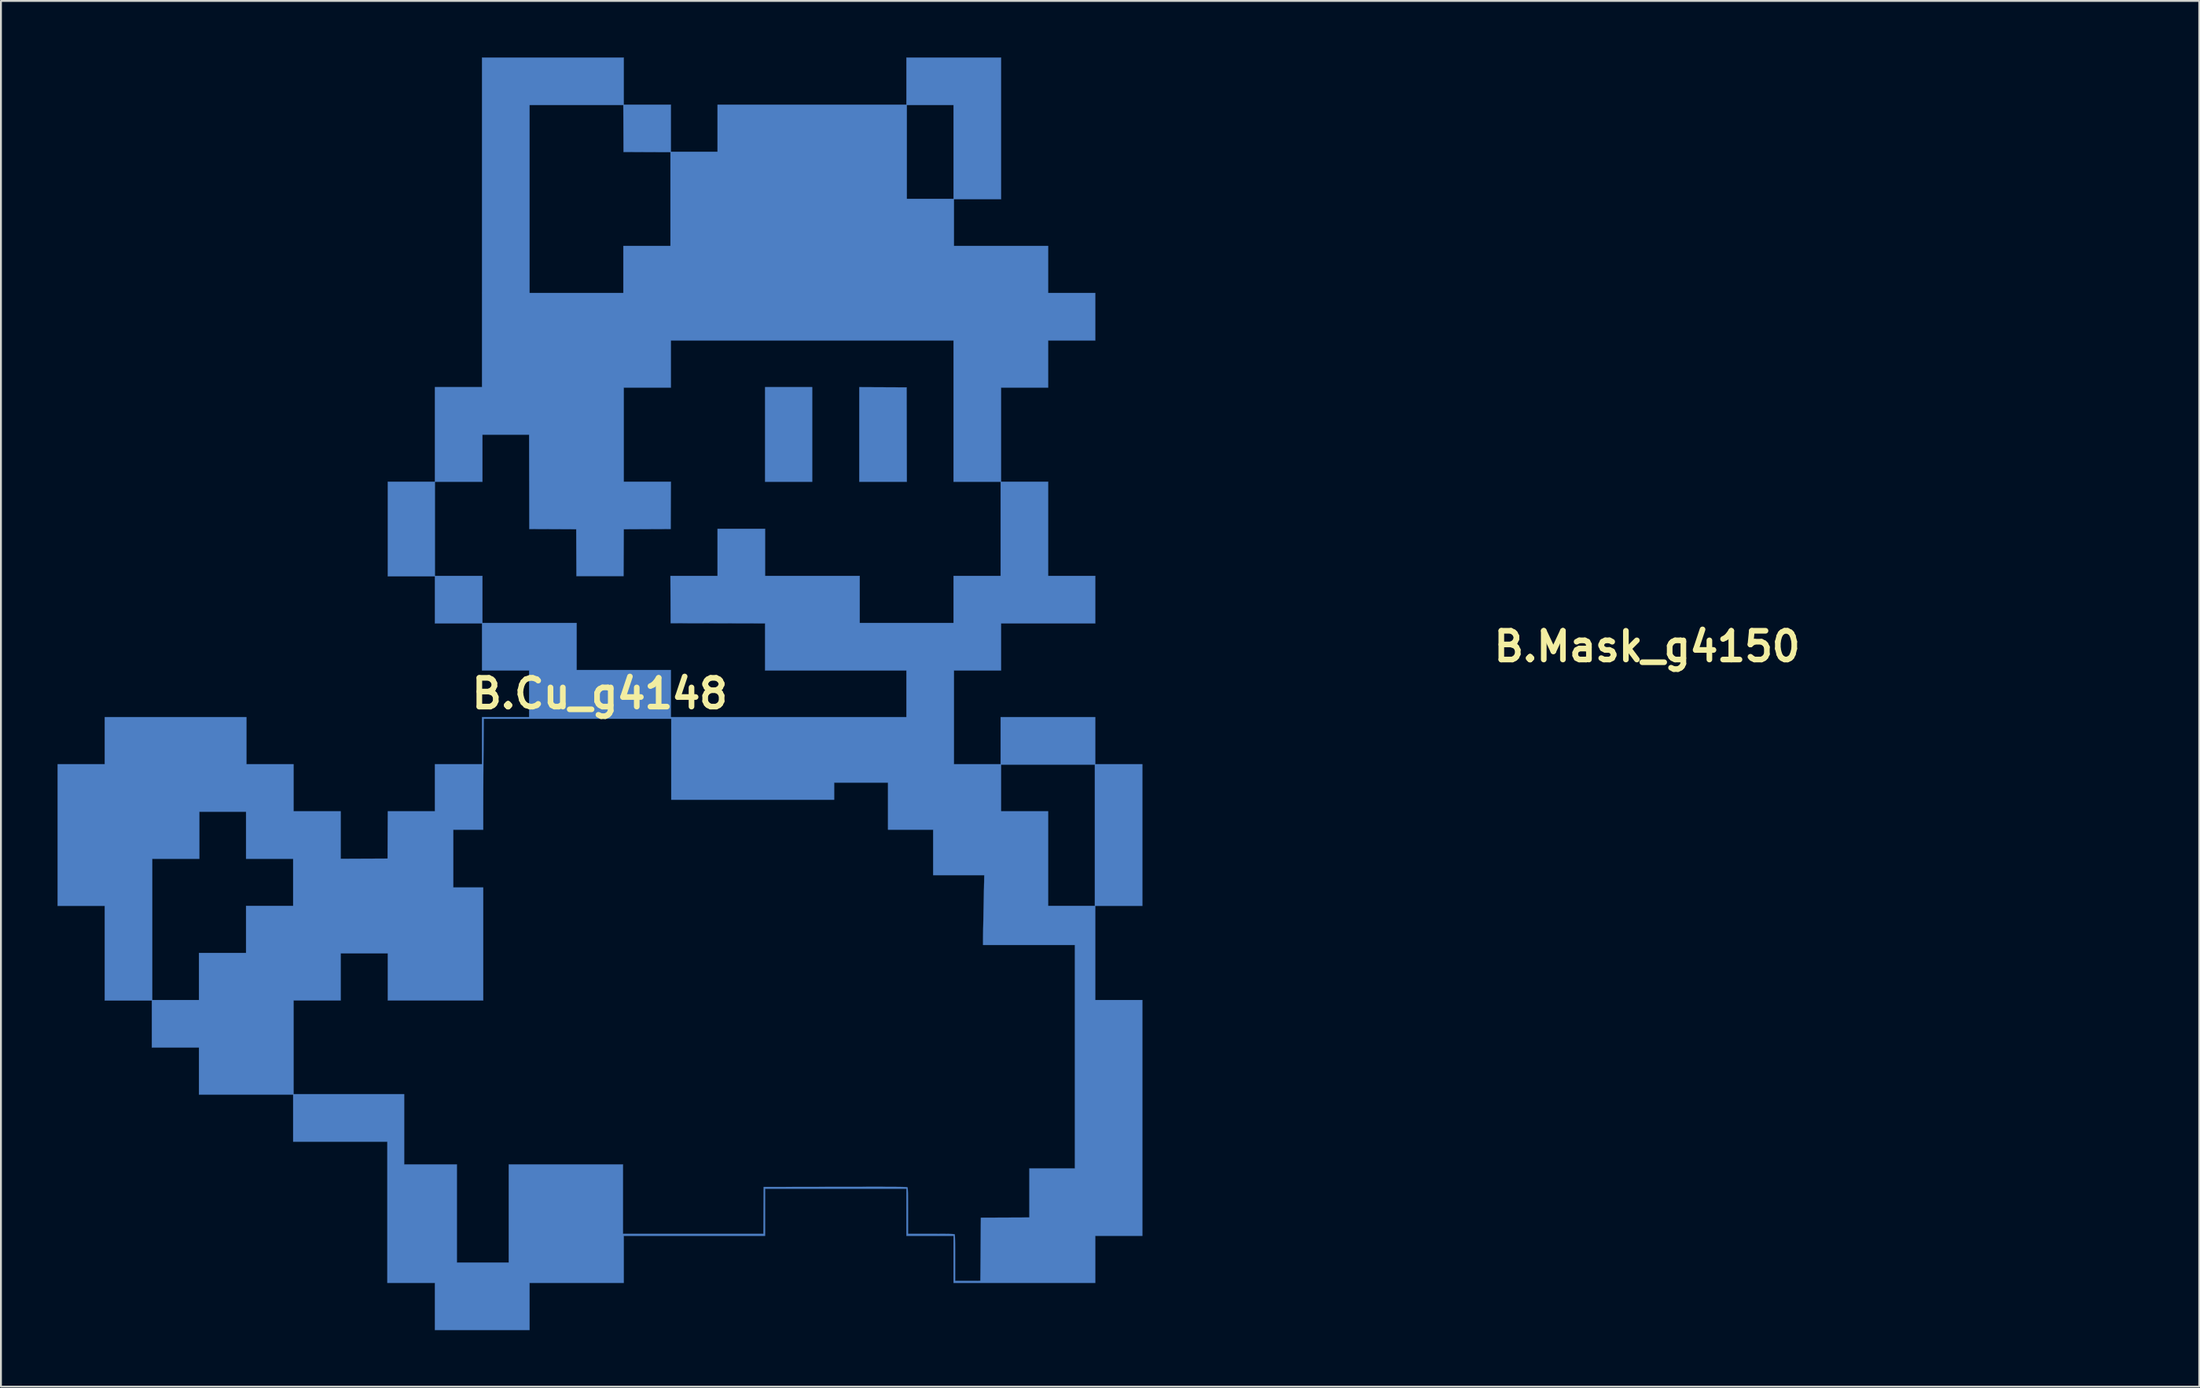
<source format=kicad_pcb>
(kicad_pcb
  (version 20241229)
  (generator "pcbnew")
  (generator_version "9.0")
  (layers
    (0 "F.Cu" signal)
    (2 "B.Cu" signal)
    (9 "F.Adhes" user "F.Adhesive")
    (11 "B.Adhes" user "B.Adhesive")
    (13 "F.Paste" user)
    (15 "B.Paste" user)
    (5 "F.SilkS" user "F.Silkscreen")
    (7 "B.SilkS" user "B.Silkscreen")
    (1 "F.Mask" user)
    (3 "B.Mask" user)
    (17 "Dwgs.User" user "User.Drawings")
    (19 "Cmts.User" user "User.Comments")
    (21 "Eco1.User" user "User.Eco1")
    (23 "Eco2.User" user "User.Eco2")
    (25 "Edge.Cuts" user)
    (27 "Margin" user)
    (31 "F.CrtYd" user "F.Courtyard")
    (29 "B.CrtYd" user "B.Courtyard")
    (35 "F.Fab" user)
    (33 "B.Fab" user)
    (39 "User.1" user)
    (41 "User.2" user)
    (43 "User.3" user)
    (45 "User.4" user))
  (footprint "B.Cu_g4148"
    (layer "F.Cu")
    (at 28.749 33.745)
    (property "Reference" "B.Cu_g4148" (at 0 0 0) (layer "F.SilkS") (effects (font (size 1.524 1.524) (thickness 0.3))))
    (attr through_hole)
    (fp_poly (pts (xy 11.261 -11.239) (xy 8.763 -11.239) (xy 8.763 -16.256) (xy 11.261 -16.256) (xy 11.261 -11.239)) (stroke (width 0.01) (type solid)) (fill yes) (layer "B.Cu"))
    (fp_poly (pts (xy 16.267 -16.245) (xy 16.272 -13.742) (xy 16.277 -11.239) (xy 13.758 -11.239) (xy 13.758 -16.256) (xy 16.267 -16.245)) (stroke (width 0.01) (type solid)) (fill yes) (layer "B.Cu"))
    (fp_poly (pts (xy 1.27 -31.242) (xy 3.768 -31.242) (xy 3.768 -28.744) (xy 6.244 -28.744) (xy 6.244 -31.221) (xy 16.277 -31.221) (xy 16.277 -26.247) (xy 18.754 -26.247) (xy 18.754 -31.221) (xy 16.277 -31.221) (xy 6.244 -31.221) (xy 6.244 -31.242) (xy 16.256 -31.242) (xy 16.256 -33.74) (xy 21.273 -33.74) (xy 21.273 -26.226) (xy 18.775 -26.226) (xy 18.775 -23.749) (xy 23.77 -23.749) (xy 23.77 -21.251) (xy 26.268 -21.251) (xy 26.268 -18.733) (xy 23.77 -18.733) (xy 23.77 -16.235) (xy 21.273 -16.235) (xy 21.273 -11.239) (xy 23.77 -11.239) (xy 23.77 -6.244) (xy 26.268 -6.244) (xy 26.268 -3.725) (xy 21.273 -3.725) (xy 21.273 -1.228) (xy 18.775 -1.228) (xy 18.775 3.747) (xy 21.251 3.747) (xy 21.251 1.249) (xy 26.268 1.249) (xy 26.268 3.747) (xy 28.765 3.747) (xy 28.765 11.261) (xy 26.268 11.261) (xy 26.268 16.256) (xy 28.765 16.256) (xy 28.765 28.765) (xy 26.268 28.765) (xy 26.268 31.263) (xy 18.754 31.263) (xy 18.754 28.765) (xy 16.256 28.765) (xy 16.256 26.268) (xy 8.763 26.268) (xy 8.763 28.765) (xy 1.27 28.765) (xy 1.27 31.263) (xy -3.725 31.263) (xy -3.725 33.761) (xy -8.742 33.761) (xy -8.742 31.263) (xy -11.261 31.263) (xy -11.261 23.77) (xy -16.256 23.77) (xy -16.256 21.273) (xy -21.251 21.273) (xy -21.251 18.775) (xy -23.749 18.775) (xy -23.749 16.277) (xy -16.235 16.277) (xy -16.235 21.251) (xy -10.372 21.251) (xy -10.372 24.977) (xy -7.578 24.977) (xy -7.578 30.184) (xy -4.826 30.184) (xy -4.826 24.977) (xy 1.228 24.977) (xy 1.228 28.66) (xy 8.678 28.66) (xy 8.683 27.416) (xy 8.689 26.173) (xy 12.488 26.167) (xy 12.96 26.166) (xy 13.391 26.166) (xy 13.784 26.166) (xy 14.139 26.165) (xy 14.46 26.165) (xy 14.747 26.165) (xy 15.003 26.165) (xy 15.229 26.166) (xy 15.428 26.166) (xy 15.601 26.167) (xy 15.749 26.168) (xy 15.876 26.169) (xy 15.981 26.171) (xy 16.069 26.173) (xy 16.139 26.175) (xy 16.195 26.177) (xy 16.237 26.18) (xy 16.268 26.183) (xy 16.29 26.187) (xy 16.303 26.191) (xy 16.311 26.195) (xy 16.314 26.198) (xy 16.32 26.215) (xy 16.325 26.252) (xy 16.329 26.31) (xy 16.333 26.394) (xy 16.336 26.504) (xy 16.338 26.645) (xy 16.339 26.818) (xy 16.34 27.027) (xy 16.341 27.273) (xy 16.341 27.447) (xy 16.341 28.66) (xy 17.564 28.66) (xy 17.84 28.66) (xy 18.075 28.661) (xy 18.273 28.662) (xy 18.436 28.664) (xy 18.566 28.666) (xy 18.666 28.669) (xy 18.739 28.673) (xy 18.786 28.678) (xy 18.81 28.683) (xy 18.813 28.685) (xy 18.819 28.701) (xy 18.824 28.74) (xy 18.828 28.803) (xy 18.831 28.893) (xy 18.834 29.012) (xy 18.836 29.164) (xy 18.837 29.349) (xy 18.838 29.571) (xy 18.838 29.832) (xy 18.838 29.934) (xy 18.838 31.157) (xy 19.505 31.157) (xy 19.668 31.157) (xy 19.818 31.157) (xy 19.948 31.156) (xy 20.053 31.155) (xy 20.129 31.154) (xy 20.17 31.153) (xy 20.176 31.152) (xy 20.177 31.131) (xy 20.178 31.07) (xy 20.179 30.973) (xy 20.181 30.844) (xy 20.183 30.685) (xy 20.184 30.5) (xy 20.186 30.292) (xy 20.188 30.064) (xy 20.19 29.819) (xy 20.192 29.561) (xy 20.192 29.475) (xy 20.204 27.802) (xy 21.489 27.797) (xy 22.775 27.792) (xy 22.775 25.188) (xy 25.188 25.188) (xy 25.188 13.335) (xy 20.32 13.335) (xy 20.32 13.002) (xy 20.321 12.923) (xy 20.322 12.806) (xy 20.325 12.656) (xy 20.327 12.477) (xy 20.331 12.274) (xy 20.335 12.052) (xy 20.34 11.814) (xy 20.344 11.566) (xy 20.35 11.311) (xy 20.352 11.208) (xy 20.357 10.961) (xy 20.362 10.727) (xy 20.366 10.507) (xy 20.371 10.305) (xy 20.374 10.126) (xy 20.378 9.973) (xy 20.38 9.849) (xy 20.382 9.757) (xy 20.383 9.703) (xy 20.383 9.689) (xy 20.384 9.631) (xy 17.674 9.631) (xy 17.674 7.218) (xy 15.282 7.218) (xy 15.282 4.72) (xy 12.425 4.72) (xy 12.425 5.63) (xy 3.789 5.63) (xy 3.789 3.768) (xy 21.273 3.768) (xy 21.273 6.244) (xy 23.77 6.244) (xy 23.77 11.261) (xy 26.247 11.261) (xy 26.247 3.768) (xy 21.273 3.768) (xy 3.789 3.768) (xy 3.789 1.333) (xy -6.153 1.333) (xy -6.167 3.159) (xy -6.169 3.468) (xy -6.171 3.79) (xy -6.173 4.118) (xy -6.175 4.448) (xy -6.176 4.772) (xy -6.178 5.084) (xy -6.179 5.379) (xy -6.18 5.65) (xy -6.18 5.891) (xy -6.181 6.096) (xy -6.181 6.101) (xy -6.181 7.218) (xy -7.768 7.218) (xy -7.768 10.287) (xy -6.181 10.287) (xy -6.181 16.277) (xy -11.239 16.277) (xy -11.239 13.78) (xy -13.737 13.78) (xy -13.737 16.277) (xy -16.235 16.277) (xy -23.749 16.277) (xy -26.247 16.277) (xy -26.247 11.261) (xy -28.744 11.261) (xy -28.744 8.763) (xy -23.728 8.763) (xy -23.728 16.256) (xy -21.251 16.256) (xy -21.251 13.758) (xy -18.754 13.758) (xy -18.754 11.261) (xy -16.256 11.261) (xy -16.256 8.763) (xy -18.754 8.763) (xy -18.754 6.265) (xy -21.23 6.265) (xy -21.23 8.763) (xy -23.728 8.763) (xy -28.744 8.763) (xy -28.744 3.747) (xy -26.247 3.747) (xy -26.247 1.249) (xy -18.733 1.249) (xy -18.733 3.747) (xy -16.235 3.747) (xy -16.235 6.244) (xy -13.737 6.244) (xy -13.737 8.763) (xy -11.25 8.752) (xy -11.245 7.498) (xy -11.239 6.244) (xy -8.742 6.244) (xy -8.742 3.747) (xy -6.244 3.747) (xy -6.244 1.249) (xy -3.747 1.249) (xy -3.747 -1.228) (xy -6.244 -1.228) (xy -6.244 -3.725) (xy -8.742 -3.725) (xy -8.742 -6.223) (xy -11.239 -6.223) (xy -11.239 -11.239) (xy -8.742 -11.239) (xy -8.742 -6.244) (xy -6.223 -6.244) (xy -6.223 -3.747) (xy -1.228 -3.747) (xy -1.228 -1.249) (xy 3.768 -1.249) (xy 3.768 1.249) (xy 16.256 1.249) (xy 16.256 -1.228) (xy 8.763 -1.228) (xy 8.763 -3.725) (xy 6.26 -3.731) (xy 3.757 -3.736) (xy 3.752 -4.99) (xy 3.746 -6.244) (xy 6.244 -6.244) (xy 6.244 -8.742) (xy 8.763 -8.742) (xy 8.763 -6.244) (xy 13.78 -6.244) (xy 13.78 -3.747) (xy 18.754 -3.747) (xy 18.754 -6.244) (xy 21.251 -6.244) (xy 21.251 -11.239) (xy 18.754 -11.239) (xy 18.754 -18.733) (xy 3.768 -18.733) (xy 3.768 -16.235) (xy 1.27 -16.235) (xy 1.27 -11.239) (xy 3.768 -11.239) (xy 3.763 -9.985) (xy 3.757 -8.731) (xy 2.514 -8.726) (xy 1.27 -8.72) (xy 1.265 -7.477) (xy 1.259 -6.234) (xy -1.238 -6.234) (xy -1.244 -7.477) (xy -1.249 -8.72) (xy -2.493 -8.726) (xy -3.736 -8.731) (xy -3.741 -11.234) (xy -3.747 -13.737) (xy -6.223 -13.737) (xy -6.223 -11.239) (xy -8.742 -11.239) (xy -8.742 -16.256) (xy -6.244 -16.256) (xy -6.244 -31.221) (xy -3.725 -31.221) (xy -3.725 -21.251) (xy 1.249 -21.251) (xy 1.249 -23.749) (xy 3.747 -23.749) (xy 3.747 -28.723) (xy 2.503 -28.728) (xy 1.259 -28.734) (xy 1.254 -29.977) (xy 1.248 -31.221) (xy -3.725 -31.221) (xy -6.244 -31.221) (xy -6.244 -33.74) (xy 1.27 -33.74) (xy 1.27 -31.242)) (stroke (width 0.01) (type solid)) (fill yes) (layer "B.Cu")))
  (footprint "B.Mask_g4150"
    (layer "F.Cu")
    (at 84.274 31.247)
    (property "Reference" "B.Mask_g4150" (at 0 0 0) (layer "F.SilkS") (effects (font (size 1.524 1.524) (thickness 0.3))))
    (attr through_hole)
    (fp_poly (pts (xy -4.995 10.012) (xy -7.493 10.012) (xy -7.493 7.514) (xy -4.995 7.514) (xy -4.995 10.012)) (stroke (width 0.01) (type solid)) (fill yes) (layer "B.Mask"))
    (fp_poly (pts (xy -4.974 30.014) (xy -7.493 30.014) (xy -7.493 24.998) (xy -4.974 24.998) (xy -4.974 30.014)) (stroke (width 0.01) (type solid)) (fill yes) (layer "B.Mask"))
    (fp_poly (pts (xy -2.498 7.514) (xy -4.995 7.514) (xy -4.995 5.016) (xy -2.498 5.016) (xy -2.498 7.514)) (stroke (width 0.01) (type solid)) (fill yes) (layer "B.Mask"))
    (fp_poly (pts (xy 2.498 5.016) (xy -2.477 5.016) (xy -2.477 2.519) (xy 2.498 2.519) (xy 2.498 5.016)) (stroke (width 0.01) (type solid)) (fill yes) (layer "B.Mask"))
    (fp_poly (pts (xy 15.007 7.514) (xy 12.509 7.514) (xy 12.509 5.016) (xy 15.007 5.016) (xy 15.007 7.514)) (stroke (width 0.01) (type solid)) (fill yes) (layer "B.Mask"))
    (fp_poly (pts (xy 16.256 18.754) (xy 11.261 18.754) (xy 11.261 13.758) (xy 16.256 13.758) (xy 16.256 18.754)) (stroke (width 0.01) (type solid)) (fill yes) (layer "B.Mask"))
    (fp_poly (pts (xy 23.77 16.277) (xy 21.251 16.277) (xy 21.251 13.758) (xy 23.77 13.758) (xy 23.77 16.277)) (stroke (width 0.01) (type solid)) (fill yes) (layer "B.Mask"))
    (fp_poly (pts (xy 26.268 11.261) (xy 23.749 11.261) (xy 23.749 6.265) (xy 21.251 6.265) (xy 21.251 3.747) (xy 26.268 3.747) (xy 26.268 11.261)) (stroke (width 0.01) (type solid)) (fill yes) (layer "B.Mask"))
    (fp_poly (pts (xy 25.019 25.019) (xy 22.521 25.019) (xy 22.521 27.517) (xy 20.003 27.517) (xy 20.003 20.003) (xy 22.5 20.003) (xy 22.5 17.505) (xy 25.019 17.505) (xy 25.019 25.019)) (stroke (width 0.01) (type solid)) (fill yes) (layer "B.Mask"))
    (fp_poly (pts (xy 17.526 8.747) (xy 17.526 9.991) (xy 20.024 9.991) (xy 20.024 12.531) (xy 17.505 12.531) (xy 17.505 10.012) (xy 15.007 10.012) (xy 15.007 7.518) (xy 17.526 7.504) (xy 17.526 8.747)) (stroke (width 0.01) (type solid)) (fill yes) (layer "B.Mask"))
    (fp_poly (pts (xy 1.249 -28.745) (xy 2.503 -28.739) (xy 3.757 -28.734) (xy 3.768 -23.749) (xy 1.259 -23.738) (xy 1.254 -22.495) (xy 1.248 -21.251) (xy -3.747 -21.251) (xy -3.747 -31.242) (xy 1.249 -31.242) (xy 1.249 -28.745)) (stroke (width 0.01) (type solid)) (fill yes) (layer "B.Mask"))
    (fp_poly (pts (xy 6.265 11.261) (xy 8.763 11.261) (xy 8.763 16.256) (xy 6.265 16.256) (xy 6.265 18.754) (xy -1.227 18.754) (xy -1.233 17.51) (xy -1.238 16.267) (xy -3.747 16.256) (xy -3.747 11.261) (xy -1.228 11.261) (xy -1.228 8.763) (xy 6.265 8.763) (xy 6.265 11.261)) (stroke (width 0.01) (type solid)) (fill yes) (layer "B.Mask"))
    (fp_poly (pts (xy 18.775 -26.226) (xy 18.029 -26.23) (xy 17.825 -26.232) (xy 17.608 -26.233) (xy 17.389 -26.235) (xy 17.177 -26.237) (xy 16.984 -26.239) (xy 16.818 -26.241) (xy 16.769 -26.241) (xy 16.256 -26.247) (xy 16.261 -28.739) (xy 16.267 -31.231) (xy 18.775 -31.242) (xy 18.775 -26.226)) (stroke (width 0.01) (type solid)) (fill yes) (layer "B.Mask"))
    (fp_poly (pts (xy -18.754 8.763) (xy -16.256 8.763) (xy -16.256 11.261) (xy -18.754 11.261) (xy -18.754 13.758) (xy -21.251 13.758) (xy -21.251 16.256) (xy -23.749 16.256) (xy -23.749 8.763) (xy -22.495 8.758) (xy -21.241 8.752) (xy -21.235 7.509) (xy -21.23 6.265) (xy -18.754 6.265) (xy -18.754 8.763)) (stroke (width 0.01) (type solid)) (fill yes) (layer "B.Mask"))
    (fp_poly (pts (xy -11.239 16.256) (xy -6.244 16.256) (xy -6.244 18.754) (xy -8.749 18.754) (xy -8.733 20.013) (xy -8.718 21.273) (xy -16.263 21.273) (xy -16.249 20.507) (xy -16.247 20.361) (xy -16.244 20.177) (xy -16.242 19.962) (xy -16.241 19.72) (xy -16.239 19.457) (xy -16.238 19.177) (xy -16.236 18.887) (xy -16.236 18.591) (xy -16.235 18.295) (xy -16.235 18.003) (xy -16.235 17.999) (xy -16.235 16.256) (xy -13.737 16.256) (xy -13.737 13.758) (xy -11.239 13.758) (xy -11.239 16.256)) (stroke (width 0.01) (type solid)) (fill yes) (layer "B.Mask"))
    (fp_poly (pts (xy 18.775 -11.261) (xy 21.262 -11.25) (xy 21.267 -8.737) (xy 21.273 -6.223) (xy 18.775 -6.223) (xy 18.775 -3.718) (xy 17.648 -3.732) (xy 17.409 -3.735) (xy 17.137 -3.738) (xy 16.839 -3.74) (xy 16.525 -3.742) (xy 16.203 -3.744) (xy 15.881 -3.745) (xy 15.569 -3.746) (xy 15.275 -3.746) (xy 15.139 -3.746) (xy 13.758 -3.747) (xy 13.758 -6.244) (xy 8.763 -6.244) (xy 8.763 -8.742) (xy 6.265 -8.742) (xy 6.265 -6.244) (xy 3.768 -6.244) (xy 3.768 -3.747) (xy 8.752 -3.736) (xy 8.758 -2.482) (xy 8.763 -1.228) (xy 16.256 -1.228) (xy 16.256 1.249) (xy 3.768 1.249) (xy 3.768 -1.249) (xy -1.227 -1.249) (xy -1.233 -2.492) (xy -1.238 -3.736) (xy -3.741 -3.741) (xy -6.244 -3.747) (xy -6.244 -6.244) (xy -8.742 -6.244) (xy -8.742 -11.239) (xy -6.244 -11.239) (xy -6.244 -13.737) (xy -3.747 -13.737) (xy -3.747 -8.742) (xy -1.249 -8.742) (xy -1.249 -6.244) (xy 1.27 -6.244) (xy 1.27 -8.742) (xy 3.768 -8.742) (xy 3.768 -11.239) (xy 1.27 -11.239) (xy 1.27 -16.235) (xy 3.768 -16.235) (xy 8.763 -16.235) (xy 8.763 -11.239) (xy 11.261 -11.239) (xy 11.261 -16.235) (xy 13.758 -16.235) (xy 13.758 -11.239) (xy 16.256 -11.239) (xy 16.256 -16.235) (xy 13.758 -16.235) (xy 11.261 -16.235) (xy 8.763 -16.235) (xy 3.768 -16.235) (xy 3.768 -18.733) (xy 10.144 -18.733) (xy 10.675 -18.733) (xy 11.202 -18.733) (xy 11.723 -18.733) (xy 12.235 -18.733) (xy 12.738 -18.734) (xy 13.228 -18.734) (xy 13.704 -18.735) (xy 14.164 -18.735) (xy 14.606 -18.736) (xy 15.027 -18.737) (xy 15.425 -18.738) (xy 15.8 -18.738) (xy 16.147 -18.739) (xy 16.467 -18.74) (xy 16.755 -18.741) (xy 17.011 -18.742) (xy 17.233 -18.743) (xy 17.417 -18.745) (xy 17.563 -18.746) (xy 17.648 -18.747) (xy 18.775 -18.761) (xy 18.775 -11.261)) (stroke (width 0.01) (type solid)) (fill yes) (layer "B.Mask")))
  (gr_rect
    (start -3 -3)
    (end 113.547 70.51)
    (stroke (width 0.1) (type default))
    (fill no)
    (layer "Edge.Cuts")))
</source>
